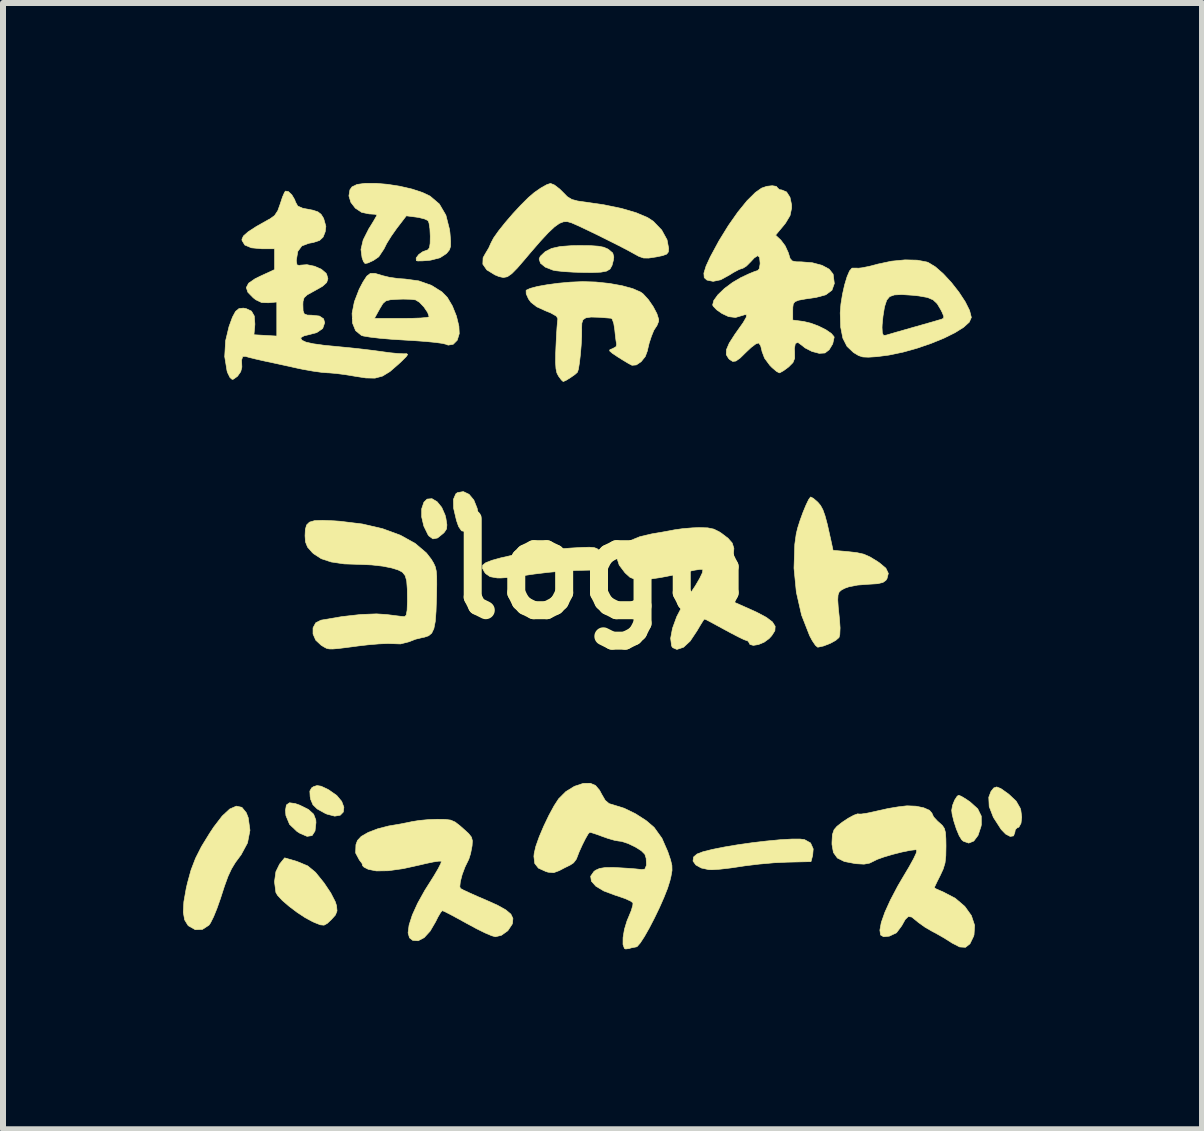
<source format=kicad_pcb>
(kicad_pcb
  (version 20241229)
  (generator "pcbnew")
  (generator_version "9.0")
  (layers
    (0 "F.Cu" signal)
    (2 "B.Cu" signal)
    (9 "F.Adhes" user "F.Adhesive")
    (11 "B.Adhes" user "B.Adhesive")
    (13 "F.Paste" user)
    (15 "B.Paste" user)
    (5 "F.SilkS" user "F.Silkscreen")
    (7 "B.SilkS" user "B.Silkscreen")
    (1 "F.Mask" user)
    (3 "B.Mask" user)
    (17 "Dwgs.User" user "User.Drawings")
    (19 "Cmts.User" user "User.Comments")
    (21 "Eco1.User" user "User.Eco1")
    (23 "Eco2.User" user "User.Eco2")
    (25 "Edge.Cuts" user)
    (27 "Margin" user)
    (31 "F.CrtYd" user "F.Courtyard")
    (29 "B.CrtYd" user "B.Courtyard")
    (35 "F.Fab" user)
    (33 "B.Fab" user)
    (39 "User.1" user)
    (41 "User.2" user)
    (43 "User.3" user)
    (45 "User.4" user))
  (footprint "logo"
    (layer "F.Cu")
    (at 6.933 6.43)
    (property "Reference" "logo" (at 0 0 0) (layer "F.SilkS") (effects (font (size 1.524 1.524) (thickness 0.3))))
    (attr through_hole)
    (fp_poly (pts (xy -5.063 3.912) (xy -4.987 3.939) (xy -4.841 4.012) (xy -4.756 4.09) (xy -4.72 4.184) (xy -4.717 4.23) (xy -4.733 4.37) (xy -4.782 4.446) (xy -4.865 4.459) (xy -4.984 4.408) (xy -5.032 4.378) (xy -5.157 4.259) (xy -5.218 4.112) (xy -5.225 4.025) (xy -5.21 3.936) (xy -5.158 3.899) (xy -5.063 3.912)) (stroke (width 0.01) (type solid)) (fill yes) (layer "F.SilkS"))
    (fp_poly (pts (xy -2.166 -1.242) (xy -2.086 -1.146) (xy -2.031 -1.009) (xy -2.018 -0.943) (xy -2.009 -0.817) (xy -2.03 -0.738) (xy -2.09 -0.681) (xy -2.129 -0.659) (xy -2.225 -0.621) (xy -2.291 -0.633) (xy -2.34 -0.705) (xy -2.375 -0.805) (xy -2.423 -1.01) (xy -2.426 -1.158) (xy -2.386 -1.25) (xy -2.359 -1.27) (xy -2.261 -1.287) (xy -2.166 -1.242)) (stroke (width 0.01) (type solid)) (fill yes) (layer "F.SilkS"))
    (fp_poly (pts (xy -2.698 -1.118) (xy -2.621 -1.023) (xy -2.565 -0.896) (xy -2.552 -0.844) (xy -2.535 -0.733) (xy -2.541 -0.665) (xy -2.577 -0.61) (xy -2.592 -0.594) (xy -2.691 -0.514) (xy -2.768 -0.499) (xy -2.835 -0.548) (xy -2.85 -0.569) (xy -2.92 -0.713) (xy -2.955 -0.863) (xy -2.955 -1.001) (xy -2.918 -1.11) (xy -2.865 -1.162) (xy -2.784 -1.169) (xy -2.698 -1.118)) (stroke (width 0.01) (type solid)) (fill yes) (layer "F.SilkS"))
    (fp_poly (pts (xy -4.631 3.623) (xy -4.53 3.67) (xy -4.501 3.686) (xy -4.37 3.778) (xy -4.288 3.877) (xy -4.252 3.973) (xy -4.261 4.053) (xy -4.312 4.106) (xy -4.404 4.122) (xy -4.535 4.088) (xy -4.572 4.071) (xy -4.696 4.002) (xy -4.767 3.933) (xy -4.805 3.844) (xy -4.814 3.796) (xy -4.819 3.704) (xy -4.789 3.651) (xy -4.757 3.63) (xy -4.699 3.612) (xy -4.631 3.623)) (stroke (width 0.01) (type solid)) (fill yes) (layer "F.SilkS"))
    (fp_poly (pts (xy 6.042 3.793) (xy 6.125 3.844) (xy 6.187 3.887) (xy 6.312 4) (xy 6.371 4.121) (xy 6.372 4.266) (xy 6.366 4.295) (xy 6.317 4.443) (xy 6.246 4.537) (xy 6.162 4.571) (xy 6.073 4.54) (xy 6.045 4.516) (xy 6.003 4.448) (xy 5.956 4.336) (xy 5.914 4.206) (xy 5.885 4.087) (xy 5.878 4.023) (xy 5.893 3.94) (xy 5.928 3.853) (xy 5.97 3.789) (xy 5.996 3.774) (xy 6.042 3.793)) (stroke (width 0.01) (type solid)) (fill yes) (layer "F.SilkS"))
    (fp_poly (pts (xy 6.697 3.662) (xy 6.799 3.734) (xy 6.83 3.757) (xy 6.953 3.873) (xy 7.02 3.99) (xy 7.03 4.022) (xy 7.045 4.139) (xy 7.033 4.241) (xy 6.998 4.305) (xy 6.968 4.318) (xy 6.938 4.348) (xy 6.931 4.391) (xy 6.909 4.451) (xy 6.853 4.46) (xy 6.778 4.421) (xy 6.704 4.345) (xy 6.573 4.142) (xy 6.503 3.961) (xy 6.496 3.807) (xy 6.533 3.71) (xy 6.579 3.652) (xy 6.628 3.635) (xy 6.697 3.662)) (stroke (width 0.01) (type solid)) (fill yes) (layer "F.SilkS"))
    (fp_poly (pts (xy -5.036 4.876) (xy -4.855 4.951) (xy -4.725 5.058) (xy -4.583 5.234) (xy -4.47 5.403) (xy -4.395 5.549) (xy -4.374 5.615) (xy -4.366 5.701) (xy -4.393 5.77) (xy -4.457 5.842) (xy -4.529 5.91) (xy -4.583 5.939) (xy -4.645 5.933) (xy -4.741 5.895) (xy -4.776 5.879) (xy -4.897 5.814) (xy -5.032 5.725) (xy -5.164 5.625) (xy -5.278 5.527) (xy -5.357 5.442) (xy -5.385 5.394) (xy -5.408 5.215) (xy -5.385 5.048) (xy -5.323 4.921) (xy -5.239 4.817) (xy -5.036 4.876)) (stroke (width 0.01) (type solid)) (fill yes) (layer "F.SilkS"))
    (fp_poly (pts (xy -0.14 -5.386) (xy -0.011 -5.377) (xy 0.078 -5.36) (xy 0.143 -5.332) (xy 0.16 -5.322) (xy 0.229 -5.263) (xy 0.247 -5.197) (xy 0.24 -5.144) (xy 0.217 -5.056) (xy 0.184 -4.997) (xy 0.127 -4.962) (xy 0.032 -4.944) (xy -0.114 -4.938) (xy -0.249 -4.939) (xy -0.425 -4.944) (xy -0.588 -4.954) (xy -0.716 -4.968) (xy -0.768 -4.978) (xy -0.895 -5.028) (xy -0.975 -5.093) (xy -0.998 -5.164) (xy -0.978 -5.209) (xy -0.895 -5.287) (xy -0.789 -5.34) (xy -0.646 -5.372) (xy -0.453 -5.386) (xy -0.325 -5.388) (xy -0.14 -5.386)) (stroke (width 0.01) (type solid)) (fill yes) (layer "F.SilkS"))
    (fp_poly (pts (xy 3.355 4.504) (xy 3.425 4.513) (xy 3.526 4.569) (xy 3.57 4.668) (xy 3.561 4.775) (xy 3.533 4.88) (xy 3.136 4.889) (xy 2.917 4.899) (xy 2.671 4.921) (xy 2.439 4.949) (xy 2.359 4.961) (xy 2.183 4.987) (xy 2.019 5.006) (xy 1.888 5.015) (xy 1.832 5.014) (xy 1.704 4.986) (xy 1.613 4.935) (xy 1.567 4.87) (xy 1.576 4.803) (xy 1.634 4.753) (xy 1.734 4.715) (xy 1.891 4.676) (xy 2.091 4.636) (xy 2.318 4.598) (xy 2.558 4.564) (xy 2.796 4.536) (xy 3.018 4.515) (xy 3.21 4.504) (xy 3.355 4.504)) (stroke (width 0.01) (type solid)) (fill yes) (layer "F.SilkS"))
    (fp_poly (pts (xy -0.083 -0.354) (xy -0.035 -0.338) (xy 0.001 -0.309) (xy 0.014 -0.295) (xy 0.06 -0.224) (xy 0.06 -0.143) (xy 0.049 -0.1) (xy 0.015 0.018) (xy -0.382 0.027) (xy -0.602 0.037) (xy -0.848 0.059) (xy -1.079 0.087) (xy -1.161 0.099) (xy -1.338 0.125) (xy -1.505 0.144) (xy -1.64 0.153) (xy -1.697 0.152) (xy -1.815 0.131) (xy -1.889 0.08) (xy -1.911 0.05) (xy -1.944 -0.013) (xy -1.938 -0.062) (xy -1.887 -0.102) (xy -1.78 -0.143) (xy -1.639 -0.182) (xy -1.366 -0.244) (xy -1.064 -0.292) (xy -0.716 -0.328) (xy -0.454 -0.347) (xy -0.278 -0.357) (xy -0.159 -0.36) (xy -0.083 -0.354)) (stroke (width 0.01) (type solid)) (fill yes) (layer "F.SilkS"))
    (fp_poly (pts (xy -5.952 3.975) (xy -5.879 4.064) (xy -5.846 4.148) (xy -5.817 4.358) (xy -5.858 4.568) (xy -5.965 4.766) (xy -5.983 4.79) (xy -6.061 4.895) (xy -6.125 5.001) (xy -6.183 5.126) (xy -6.242 5.288) (xy -6.309 5.495) (xy -6.365 5.655) (xy -6.423 5.798) (xy -6.475 5.902) (xy -6.501 5.939) (xy -6.61 6.01) (xy -6.729 6.014) (xy -6.84 5.951) (xy -6.852 5.939) (xy -6.906 5.85) (xy -6.928 5.723) (xy -6.919 5.55) (xy -6.879 5.324) (xy -6.858 5.234) (xy -6.799 5.019) (xy -6.724 4.824) (xy -6.625 4.628) (xy -6.491 4.41) (xy -6.421 4.304) (xy -6.28 4.12) (xy -6.154 4.003) (xy -6.044 3.955) (xy -5.952 3.975)) (stroke (width 0.01) (type solid)) (fill yes) (layer "F.SilkS"))
    (fp_poly (pts (xy 3.573 -1.174) (xy 3.639 -1.117) (xy 3.646 -1.111) (xy 3.692 -1.056) (xy 3.731 -0.985) (xy 3.767 -0.884) (xy 3.806 -0.739) (xy 3.851 -0.537) (xy 3.854 -0.526) (xy 3.901 -0.308) (xy 4.137 -0.288) (xy 4.296 -0.27) (xy 4.413 -0.244) (xy 4.517 -0.198) (xy 4.638 -0.124) (xy 4.672 -0.101) (xy 4.781 -0.01) (xy 4.822 0.076) (xy 4.8 0.163) (xy 4.781 0.192) (xy 4.732 0.227) (xy 4.643 0.248) (xy 4.498 0.257) (xy 4.479 0.258) (xy 4.31 0.271) (xy 4.164 0.3) (xy 4.098 0.323) (xy 4.041 0.353) (xy 4.003 0.386) (xy 3.984 0.436) (xy 3.979 0.516) (xy 3.987 0.64) (xy 4.006 0.821) (xy 4.008 0.841) (xy 4.018 0.985) (xy 4.013 1.096) (xy 4 1.145) (xy 3.946 1.192) (xy 3.851 1.244) (xy 3.742 1.286) (xy 3.65 1.306) (xy 3.644 1.306) (xy 3.608 1.276) (xy 3.555 1.198) (xy 3.511 1.116) (xy 3.376 0.771) (xy 3.289 0.389) (xy 3.25 -0.011) (xy 3.263 -0.408) (xy 3.287 -0.581) (xy 3.311 -0.681) (xy 3.351 -0.807) (xy 3.399 -0.939) (xy 3.449 -1.06) (xy 3.493 -1.152) (xy 3.525 -1.196) (xy 3.529 -1.197) (xy 3.573 -1.174)) (stroke (width 0.01) (type solid)) (fill yes) (layer "F.SilkS"))
    (fp_poly (pts (xy -3.615 -4.889) (xy -3.606 -4.886) (xy -3.491 -4.858) (xy -3.342 -4.837) (xy -3.234 -4.83) (xy -3.004 -4.799) (xy -2.792 -4.724) (xy -2.617 -4.614) (xy -2.528 -4.523) (xy -2.444 -4.381) (xy -2.376 -4.212) (xy -2.335 -4.044) (xy -2.329 -3.919) (xy -2.363 -3.809) (xy -2.43 -3.742) (xy -2.514 -3.728) (xy -2.552 -3.743) (xy -2.609 -3.757) (xy -2.726 -3.773) (xy -2.887 -3.789) (xy -3.081 -3.803) (xy -3.237 -3.812) (xy -3.46 -3.826) (xy -3.658 -3.843) (xy -3.819 -3.862) (xy -3.927 -3.88) (xy -3.961 -3.891) (xy -4.057 -3.97) (xy -4.108 -4.096) (xy -4.111 -4.173) (xy -3.743 -4.173) (xy -3.287 -4.173) (xy -3.114 -4.175) (xy -2.972 -4.18) (xy -2.873 -4.189) (xy -2.831 -4.199) (xy -2.83 -4.2) (xy -2.856 -4.273) (xy -2.917 -4.363) (xy -2.992 -4.442) (xy -3.057 -4.482) (xy -3.14 -4.492) (xy -3.263 -4.495) (xy -3.357 -4.492) (xy -3.479 -4.484) (xy -3.552 -4.465) (xy -3.601 -4.422) (xy -3.649 -4.343) (xy -3.658 -4.327) (xy -3.743 -4.173) (xy -4.111 -4.173) (xy -4.115 -4.259) (xy -4.077 -4.451) (xy -3.996 -4.661) (xy -3.933 -4.781) (xy -3.87 -4.878) (xy -3.811 -4.923) (xy -3.734 -4.924) (xy -3.615 -4.889)) (stroke (width 0.01) (type solid)) (fill yes) (layer "F.SilkS"))
    (fp_poly (pts (xy -0.743 -6.397) (xy -0.657 -6.331) (xy -0.607 -6.282) (xy -0.528 -6.202) (xy -0.453 -6.156) (xy -0.355 -6.13) (xy -0.249 -6.115) (xy 0.082 -6.067) (xy 0.376 -6.006) (xy 0.621 -5.934) (xy 0.81 -5.854) (xy 0.905 -5.792) (xy 1.045 -5.646) (xy 1.134 -5.484) (xy 1.161 -5.339) (xy 1.156 -5.281) (xy 1.128 -5.245) (xy 1.06 -5.22) (xy 0.953 -5.198) (xy 0.828 -5.179) (xy 0.743 -5.18) (xy 0.665 -5.207) (xy 0.59 -5.248) (xy 0.483 -5.307) (xy 0.333 -5.385) (xy 0.158 -5.473) (xy -0.025 -5.564) (xy -0.199 -5.648) (xy -0.345 -5.717) (xy -0.448 -5.762) (xy -0.459 -5.767) (xy -0.526 -5.786) (xy -0.591 -5.784) (xy -0.661 -5.757) (xy -0.744 -5.697) (xy -0.846 -5.601) (xy -0.976 -5.461) (xy -1.139 -5.273) (xy -1.238 -5.156) (xy -1.362 -5.012) (xy -1.454 -4.919) (xy -1.527 -4.868) (xy -1.594 -4.855) (xy -1.667 -4.871) (xy -1.733 -4.898) (xy -1.87 -4.982) (xy -1.936 -5.077) (xy -1.932 -5.184) (xy -1.896 -5.249) (xy -1.838 -5.346) (xy -1.798 -5.435) (xy -1.756 -5.515) (xy -1.674 -5.631) (xy -1.563 -5.77) (xy -1.436 -5.918) (xy -1.304 -6.06) (xy -1.18 -6.184) (xy -1.08 -6.27) (xy -0.969 -6.347) (xy -0.871 -6.402) (xy -0.808 -6.423) (xy -0.743 -6.397)) (stroke (width 0.01) (type solid)) (fill yes) (layer "F.SilkS"))
    (fp_poly (pts (xy -3.522 -6.408) (xy -3.315 -6.375) (xy -3.115 -6.329) (xy -2.938 -6.27) (xy -2.816 -6.212) (xy -2.661 -6.08) (xy -2.552 -5.894) (xy -2.491 -5.655) (xy -2.484 -5.599) (xy -2.473 -5.461) (xy -2.474 -5.375) (xy -2.492 -5.317) (xy -2.531 -5.268) (xy -2.546 -5.252) (xy -2.65 -5.184) (xy -2.802 -5.145) (xy -2.83 -5.141) (xy -2.942 -5.132) (xy -3.021 -5.131) (xy -3.045 -5.137) (xy -3.047 -5.181) (xy -3.004 -5.238) (xy -2.936 -5.286) (xy -2.899 -5.299) (xy -2.851 -5.317) (xy -2.825 -5.353) (xy -2.814 -5.426) (xy -2.812 -5.543) (xy -2.818 -5.667) (xy -2.833 -5.763) (xy -2.85 -5.804) (xy -2.907 -5.831) (xy -3.006 -5.856) (xy -3.049 -5.862) (xy -3.211 -5.883) (xy -3.372 -5.673) (xy -3.461 -5.547) (xy -3.538 -5.423) (xy -3.584 -5.331) (xy -3.671 -5.2) (xy -3.76 -5.139) (xy -3.852 -5.097) (xy -3.899 -5.088) (xy -3.925 -5.12) (xy -3.949 -5.187) (xy -3.967 -5.323) (xy -3.93 -5.481) (xy -3.835 -5.669) (xy -3.81 -5.708) (xy -3.751 -5.805) (xy -3.711 -5.875) (xy -3.701 -5.898) (xy -3.733 -5.909) (xy -3.812 -5.914) (xy -3.831 -5.915) (xy -3.956 -5.941) (xy -4.061 -6.011) (xy -4.135 -6.107) (xy -4.168 -6.215) (xy -4.151 -6.317) (xy -4.116 -6.366) (xy -4.033 -6.406) (xy -3.896 -6.425) (xy -3.72 -6.425) (xy -3.522 -6.408)) (stroke (width 0.01) (type solid)) (fill yes) (layer "F.SilkS"))
    (fp_poly (pts (xy -4.418 -0.8) (xy -4.318 -0.793) (xy -3.943 -0.747) (xy -3.604 -0.668) (xy -3.308 -0.559) (xy -3.063 -0.423) (xy -2.876 -0.264) (xy -2.795 -0.159) (xy -2.756 -0.094) (xy -2.729 -0.035) (xy -2.713 0.034) (xy -2.705 0.127) (xy -2.704 0.26) (xy -2.707 0.449) (xy -2.708 0.478) (xy -2.716 0.709) (xy -2.729 0.879) (xy -2.752 0.996) (xy -2.788 1.072) (xy -2.84 1.116) (xy -2.912 1.14) (xy -2.936 1.144) (xy -3.057 1.173) (xy -3.167 1.216) (xy -3.167 1.216) (xy -3.308 1.252) (xy -3.421 1.248) (xy -3.519 1.245) (xy -3.667 1.251) (xy -3.844 1.266) (xy -4.008 1.285) (xy -4.204 1.311) (xy -4.342 1.328) (xy -4.436 1.336) (xy -4.498 1.335) (xy -4.543 1.324) (xy -4.584 1.302) (xy -4.631 1.273) (xy -4.721 1.189) (xy -4.766 1.086) (xy -4.766 0.984) (xy -4.721 0.9) (xy -4.634 0.856) (xy -4.282 0.796) (xy -3.97 0.761) (xy -3.708 0.751) (xy -3.538 0.762) (xy -3.405 0.779) (xy -3.298 0.792) (xy -3.239 0.797) (xy -3.239 0.797) (xy -3.213 0.772) (xy -3.198 0.69) (xy -3.193 0.545) (xy -3.193 0.531) (xy -3.195 0.337) (xy -3.205 0.202) (xy -3.23 0.114) (xy -3.275 0.057) (xy -3.347 0.019) (xy -3.45 -0.013) (xy -3.602 -0.044) (xy -3.789 -0.065) (xy -3.971 -0.073) (xy -4.247 -0.082) (xy -4.463 -0.114) (xy -4.629 -0.169) (xy -4.756 -0.251) (xy -4.778 -0.271) (xy -4.857 -0.361) (xy -4.892 -0.449) (xy -4.899 -0.551) (xy -4.894 -0.657) (xy -4.873 -0.731) (xy -4.825 -0.778) (xy -4.74 -0.803) (xy -4.607 -0.808) (xy -4.418 -0.8)) (stroke (width 0.01) (type solid)) (fill yes) (layer "F.SilkS"))
    (fp_poly (pts (xy 5.304 -5.144) (xy 5.466 -5.113) (xy 5.489 -5.104) (xy 5.607 -5.032) (xy 5.739 -4.916) (xy 5.874 -4.77) (xy 5.999 -4.61) (xy 6.104 -4.45) (xy 6.176 -4.306) (xy 6.205 -4.192) (xy 6.205 -4.188) (xy 6.171 -4.111) (xy 6.076 -4.025) (xy 5.932 -3.935) (xy 5.748 -3.844) (xy 5.535 -3.757) (xy 5.305 -3.678) (xy 5.066 -3.611) (xy 4.831 -3.562) (xy 4.631 -3.536) (xy 4.491 -3.527) (xy 4.397 -3.531) (xy 4.326 -3.554) (xy 4.251 -3.599) (xy 4.238 -3.608) (xy 4.133 -3.708) (xy 4.064 -3.844) (xy 4.029 -4.022) (xy 4.717 -4.022) (xy 4.722 -3.928) (xy 4.742 -3.891) (xy 4.781 -3.893) (xy 4.84 -3.91) (xy 4.952 -3.943) (xy 5.1 -3.985) (xy 5.243 -4.026) (xy 5.409 -4.073) (xy 5.553 -4.114) (xy 5.658 -4.145) (xy 5.705 -4.158) (xy 5.742 -4.176) (xy 5.746 -4.209) (xy 5.717 -4.278) (xy 5.696 -4.319) (xy 5.637 -4.418) (xy 5.568 -4.483) (xy 5.472 -4.523) (xy 5.331 -4.548) (xy 5.229 -4.559) (xy 5.047 -4.571) (xy 4.923 -4.565) (xy 4.844 -4.537) (xy 4.795 -4.478) (xy 4.764 -4.384) (xy 4.756 -4.353) (xy 4.733 -4.21) (xy 4.719 -4.068) (xy 4.717 -4.022) (xy 4.029 -4.022) (xy 4.028 -4.025) (xy 4.02 -4.264) (xy 4.02 -4.266) (xy 4.032 -4.414) (xy 4.058 -4.575) (xy 4.093 -4.731) (xy 4.134 -4.867) (xy 4.176 -4.965) (xy 4.215 -5.01) (xy 4.22 -5.012) (xy 4.295 -5.012) (xy 4.322 -5.01) (xy 4.384 -5.017) (xy 4.494 -5.039) (xy 4.628 -5.073) (xy 4.648 -5.079) (xy 4.875 -5.127) (xy 5.1 -5.149) (xy 5.304 -5.144)) (stroke (width 0.01) (type solid)) (fill yes) (layer "F.SilkS"))
    (fp_poly (pts (xy -0.052 -4.78) (xy 0.175 -4.756) (xy 0.386 -4.718) (xy 0.564 -4.669) (xy 0.694 -4.612) (xy 0.733 -4.584) (xy 0.823 -4.486) (xy 0.904 -4.368) (xy 0.965 -4.252) (xy 0.995 -4.157) (xy 0.993 -4.121) (xy 0.965 -4.052) (xy 0.948 -4.028) (xy 0.914 -3.975) (xy 0.874 -3.877) (xy 0.836 -3.761) (xy 0.81 -3.652) (xy 0.808 -3.637) (xy 0.771 -3.538) (xy 0.702 -3.452) (xy 0.622 -3.398) (xy 0.55 -3.392) (xy 0.492 -3.422) (xy 0.397 -3.479) (xy 0.317 -3.529) (xy 0.22 -3.594) (xy 0.177 -3.632) (xy 0.182 -3.653) (xy 0.223 -3.668) (xy 0.285 -3.703) (xy 0.294 -3.741) (xy 0.283 -3.805) (xy 0.27 -3.912) (xy 0.263 -3.982) (xy 0.246 -4.09) (xy 0.221 -4.16) (xy 0.204 -4.176) (xy 0.006 -4.192) (xy -0.132 -4.196) (xy -0.219 -4.183) (xy -0.267 -4.151) (xy -0.286 -4.094) (xy -0.289 -4.01) (xy -0.288 -3.998) (xy -0.289 -3.874) (xy -0.297 -3.726) (xy -0.31 -3.572) (xy -0.326 -3.433) (xy -0.343 -3.328) (xy -0.359 -3.277) (xy -0.402 -3.238) (xy -0.475 -3.187) (xy -0.549 -3.141) (xy -0.596 -3.121) (xy -0.597 -3.121) (xy -0.627 -3.148) (xy -0.675 -3.212) (xy -0.702 -3.265) (xy -0.717 -3.337) (xy -0.724 -3.441) (xy -0.722 -3.594) (xy -0.717 -3.711) (xy -0.709 -3.879) (xy -0.7 -4.023) (xy -0.691 -4.126) (xy -0.686 -4.168) (xy -0.71 -4.211) (xy -0.803 -4.264) (xy -0.889 -4.299) (xy -1.038 -4.367) (xy -1.133 -4.441) (xy -1.175 -4.498) (xy -1.213 -4.583) (xy -1.215 -4.639) (xy -1.211 -4.644) (xy -1.146 -4.674) (xy -1.025 -4.706) (xy -0.862 -4.735) (xy -0.675 -4.76) (xy -0.478 -4.778) (xy -0.289 -4.786) (xy -0.279 -4.787) (xy -0.052 -4.78)) (stroke (width 0.01) (type solid)) (fill yes) (layer "F.SilkS"))
    (fp_poly (pts (xy 1.811 -0.683) (xy 1.913 -0.662) (xy 2.004 -0.617) (xy 2.042 -0.592) (xy 2.152 -0.508) (xy 2.22 -0.43) (xy 2.248 -0.342) (xy 2.24 -0.227) (xy 2.199 -0.072) (xy 2.156 0.054) (xy 2.105 0.204) (xy 2.064 0.329) (xy 2.038 0.412) (xy 2.032 0.437) (xy 2.063 0.461) (xy 2.148 0.506) (xy 2.273 0.565) (xy 2.4 0.621) (xy 2.627 0.723) (xy 2.789 0.809) (xy 2.89 0.885) (xy 2.936 0.958) (xy 2.931 1.032) (xy 2.879 1.114) (xy 2.833 1.164) (xy 2.752 1.223) (xy 2.658 1.262) (xy 2.572 1.276) (xy 2.515 1.26) (xy 2.504 1.234) (xy 2.476 1.199) (xy 2.465 1.197) (xy 2.419 1.181) (xy 2.325 1.136) (xy 2.198 1.07) (xy 2.098 1.016) (xy 1.96 0.941) (xy 1.849 0.881) (xy 1.777 0.843) (xy 1.758 0.835) (xy 1.736 0.863) (xy 1.689 0.939) (xy 1.633 1.034) (xy 1.519 1.205) (xy 1.409 1.307) (xy 1.303 1.342) (xy 1.297 1.343) (xy 1.23 1.315) (xy 1.21 1.286) (xy 1.194 1.158) (xy 1.225 0.991) (xy 1.296 0.797) (xy 1.404 0.589) (xy 1.507 0.431) (xy 1.604 0.286) (xy 1.678 0.16) (xy 1.723 0.066) (xy 1.731 0.014) (xy 1.729 0.011) (xy 1.686 0.009) (xy 1.597 0.022) (xy 1.536 0.035) (xy 1.252 0.101) (xy 1.028 0.145) (xy 0.852 0.171) (xy 0.715 0.18) (xy 0.597 0.174) (xy 0.517 0.142) (xy 0.439 0.071) (xy 0.432 0.064) (xy 0.337 -0.062) (xy 0.301 -0.173) (xy 0.32 -0.289) (xy 0.324 -0.302) (xy 0.391 -0.388) (xy 0.515 -0.468) (xy 0.682 -0.536) (xy 0.878 -0.582) (xy 0.889 -0.584) (xy 1.044 -0.61) (xy 1.208 -0.64) (xy 1.252 -0.649) (xy 1.392 -0.669) (xy 1.56 -0.683) (xy 1.667 -0.687) (xy 1.811 -0.683)) (stroke (width 0.01) (type solid)) (fill yes) (layer "F.SilkS"))
    (fp_poly (pts (xy -2.562 4.176) (xy -2.471 4.188) (xy -2.398 4.22) (xy -2.318 4.282) (xy -2.269 4.325) (xy -2.175 4.41) (xy -2.126 4.472) (xy -2.11 4.532) (xy -2.115 4.614) (xy -2.118 4.632) (xy -2.14 4.745) (xy -2.168 4.835) (xy -2.176 4.852) (xy -2.234 4.971) (xy -2.281 5.097) (xy -2.311 5.213) (xy -2.32 5.297) (xy -2.309 5.327) (xy -2.261 5.353) (xy -2.16 5.4) (xy -2.024 5.461) (xy -1.892 5.517) (xy -1.691 5.607) (xy -1.552 5.685) (xy -1.469 5.755) (xy -1.435 5.826) (xy -1.441 5.903) (xy -1.448 5.924) (xy -1.52 6.032) (xy -1.627 6.108) (xy -1.727 6.132) (xy -1.788 6.115) (xy -1.897 6.069) (xy -2.037 6) (xy -2.194 5.915) (xy -2.195 5.915) (xy -2.347 5.831) (xy -2.475 5.762) (xy -2.567 5.715) (xy -2.61 5.697) (xy -2.611 5.697) (xy -2.639 5.727) (xy -2.685 5.805) (xy -2.723 5.882) (xy -2.815 6.039) (xy -2.914 6.147) (xy -3.014 6.199) (xy -3.105 6.192) (xy -3.158 6.15) (xy -3.182 6.067) (xy -3.165 5.937) (xy -3.111 5.769) (xy -3.022 5.573) (xy -2.903 5.359) (xy -2.839 5.258) (xy -2.749 5.115) (xy -2.679 4.996) (xy -2.636 4.911) (xy -2.626 4.873) (xy -2.626 4.873) (xy -2.669 4.872) (xy -2.765 4.886) (xy -2.896 4.914) (xy -2.966 4.931) (xy -3.264 4.997) (xy -3.514 5.032) (xy -3.711 5.035) (xy -3.846 5.008) (xy -3.916 4.972) (xy -3.942 4.946) (xy -3.94 4.944) (xy -3.95 4.909) (xy -3.994 4.852) (xy -4.056 4.736) (xy -4.051 4.597) (xy -4.025 4.527) (xy -3.962 4.459) (xy -3.844 4.392) (xy -3.686 4.332) (xy -3.507 4.286) (xy -3.447 4.276) (xy -3.301 4.251) (xy -3.147 4.22) (xy -3.121 4.214) (xy -2.997 4.194) (xy -2.838 4.179) (xy -2.699 4.174) (xy -2.562 4.176)) (stroke (width 0.01) (type solid)) (fill yes) (layer "F.SilkS"))
    (fp_poly (pts (xy 5.284 3.956) (xy 5.413 3.983) (xy 5.508 4.025) (xy 5.551 4.075) (xy 5.552 4.083) (xy 5.577 4.135) (xy 5.642 4.205) (xy 5.666 4.226) (xy 5.722 4.277) (xy 5.756 4.327) (xy 5.774 4.395) (xy 5.781 4.501) (xy 5.783 4.619) (xy 5.78 4.783) (xy 5.767 4.902) (xy 5.736 5.004) (xy 5.687 5.11) (xy 5.634 5.215) (xy 5.599 5.289) (xy 5.588 5.315) (xy 5.618 5.334) (xy 5.695 5.368) (xy 5.737 5.386) (xy 5.938 5.491) (xy 6.096 5.626) (xy 6.206 5.779) (xy 6.26 5.941) (xy 6.25 6.101) (xy 6.242 6.126) (xy 6.182 6.25) (xy 6.108 6.308) (xy 6.011 6.302) (xy 5.881 6.235) (xy 5.862 6.222) (xy 5.744 6.148) (xy 5.607 6.07) (xy 5.558 6.045) (xy 5.435 5.974) (xy 5.323 5.894) (xy 5.286 5.863) (xy 5.211 5.803) (xy 5.155 5.795) (xy 5.104 5.844) (xy 5.045 5.949) (xy 4.958 6.066) (xy 4.839 6.122) (xy 4.744 6.132) (xy 4.693 6.103) (xy 4.681 6.022) (xy 4.705 5.893) (xy 4.765 5.723) (xy 4.857 5.52) (xy 4.979 5.288) (xy 5.055 5.158) (xy 5.168 4.968) (xy 5.243 4.832) (xy 5.285 4.743) (xy 5.297 4.695) (xy 5.283 4.681) (xy 5.187 4.692) (xy 5.05 4.72) (xy 4.896 4.759) (xy 4.75 4.802) (xy 4.638 4.842) (xy 4.602 4.86) (xy 4.51 4.905) (xy 4.417 4.922) (xy 4.292 4.915) (xy 4.266 4.912) (xy 4.089 4.878) (xy 3.973 4.82) (xy 3.907 4.728) (xy 3.883 4.593) (xy 3.883 4.558) (xy 3.89 4.43) (xy 3.918 4.348) (xy 3.964 4.294) (xy 4.054 4.223) (xy 4.155 4.156) (xy 4.248 4.106) (xy 4.312 4.083) (xy 4.328 4.086) (xy 4.37 4.087) (xy 4.465 4.073) (xy 4.595 4.045) (xy 4.651 4.032) (xy 4.818 3.995) (xy 4.986 3.967) (xy 5.121 3.951) (xy 5.139 3.95) (xy 5.284 3.956)) (stroke (width 0.01) (type solid)) (fill yes) (layer "F.SilkS"))
    (fp_poly (pts (xy -0.058 3.611) (xy 0.009 3.69) (xy 0.044 3.756) (xy 0.104 3.859) (xy 0.168 3.913) (xy 0.248 3.937) (xy 0.419 3.99) (xy 0.608 4.082) (xy 0.787 4.197) (xy 0.918 4.309) (xy 1.049 4.491) (xy 1.146 4.713) (xy 1.192 4.849) (xy 1.215 4.944) (xy 1.217 5.027) (xy 1.2 5.123) (xy 1.182 5.199) (xy 1.143 5.324) (xy 1.082 5.478) (xy 1.007 5.648) (xy 0.923 5.822) (xy 0.838 5.986) (xy 0.757 6.129) (xy 0.688 6.235) (xy 0.637 6.294) (xy 0.622 6.301) (xy 0.534 6.318) (xy 0.506 6.328) (xy 0.444 6.336) (xy 0.424 6.327) (xy 0.4 6.26) (xy 0.401 6.146) (xy 0.424 6.008) (xy 0.467 5.867) (xy 0.492 5.808) (xy 0.538 5.696) (xy 0.564 5.606) (xy 0.566 5.567) (xy 0.526 5.537) (xy 0.433 5.495) (xy 0.306 5.451) (xy 0.273 5.441) (xy 0.082 5.37) (xy -0.052 5.29) (xy -0.127 5.206) (xy -0.139 5.123) (xy -0.084 5.044) (xy -0.057 5.024) (xy 0.009 4.994) (xy 0.101 4.979) (xy 0.237 4.977) (xy 0.333 4.982) (xy 0.483 4.991) (xy 0.611 5.001) (xy 0.696 5.01) (xy 0.708 5.012) (xy 0.764 5.005) (xy 0.789 4.946) (xy 0.791 4.928) (xy 0.786 4.825) (xy 0.764 4.757) (xy 0.706 4.699) (xy 0.604 4.635) (xy 0.485 4.578) (xy 0.373 4.542) (xy 0.322 4.536) (xy 0.252 4.523) (xy 0.143 4.491) (xy 0.064 4.463) (xy -0.046 4.423) (xy -0.127 4.397) (xy -0.155 4.391) (xy -0.182 4.421) (xy -0.227 4.499) (xy -0.28 4.605) (xy -0.332 4.72) (xy -0.372 4.824) (xy -0.376 4.836) (xy -0.424 4.9) (xy -0.48 4.937) (xy -0.574 4.983) (xy -0.663 5.03) (xy -0.755 5.064) (xy -0.849 5.056) (xy -0.887 5.044) (xy -1.01 4.988) (xy -1.071 4.91) (xy -1.085 4.792) (xy -1.08 4.743) (xy -1.053 4.626) (xy -0.997 4.468) (xy -0.921 4.289) (xy -0.835 4.109) (xy -0.748 3.949) (xy -0.672 3.832) (xy -0.554 3.714) (xy -0.41 3.625) (xy -0.263 3.576) (xy -0.144 3.574) (xy -0.058 3.611)) (stroke (width 0.01) (type solid)) (fill yes) (layer "F.SilkS"))
    (fp_poly (pts (xy 2.955 -6.374) (xy 2.975 -6.35) (xy 3.006 -6.32) (xy 3.047 -6.314) (xy 3.126 -6.281) (xy 3.183 -6.192) (xy 3.21 -6.065) (xy 3.21 -6.012) (xy 3.184 -5.888) (xy 3.109 -5.762) (xy 3.073 -5.717) (xy 2.943 -5.561) (xy 3.032 -5.477) (xy 3.102 -5.384) (xy 3.155 -5.268) (xy 3.159 -5.255) (xy 3.185 -5.171) (xy 3.221 -5.131) (xy 3.289 -5.117) (xy 3.37 -5.116) (xy 3.556 -5.101) (xy 3.717 -5.058) (xy 3.836 -4.994) (xy 3.9 -4.914) (xy 3.903 -4.905) (xy 3.922 -4.755) (xy 3.882 -4.643) (xy 3.78 -4.567) (xy 3.614 -4.522) (xy 3.603 -4.521) (xy 3.436 -4.497) (xy 3.328 -4.477) (xy 3.266 -4.452) (xy 3.238 -4.415) (xy 3.23 -4.359) (xy 3.229 -4.302) (xy 3.229 -4.146) (xy 3.412 -4.122) (xy 3.532 -4.093) (xy 3.662 -4.044) (xy 3.782 -3.984) (xy 3.873 -3.921) (xy 3.917 -3.868) (xy 3.919 -3.858) (xy 3.895 -3.749) (xy 3.836 -3.651) (xy 3.766 -3.597) (xy 3.67 -3.591) (xy 3.549 -3.623) (xy 3.434 -3.682) (xy 3.385 -3.722) (xy 3.315 -3.773) (xy 3.272 -3.756) (xy 3.257 -3.673) (xy 3.26 -3.616) (xy 3.261 -3.509) (xy 3.233 -3.438) (xy 3.163 -3.367) (xy 3.157 -3.362) (xy 3.076 -3.302) (xy 3.015 -3.268) (xy 3.004 -3.266) (xy 2.959 -3.29) (xy 2.886 -3.352) (xy 2.846 -3.393) (xy 2.759 -3.511) (xy 2.716 -3.626) (xy 2.715 -3.635) (xy 2.694 -3.719) (xy 2.661 -3.764) (xy 2.659 -3.764) (xy 2.613 -3.748) (xy 2.536 -3.69) (xy 2.454 -3.613) (xy 2.352 -3.513) (xy 2.282 -3.463) (xy 2.229 -3.456) (xy 2.178 -3.488) (xy 2.159 -3.507) (xy 2.121 -3.57) (xy 2.124 -3.652) (xy 2.171 -3.762) (xy 2.266 -3.91) (xy 2.305 -3.965) (xy 2.402 -4.102) (xy 2.453 -4.19) (xy 2.461 -4.233) (xy 2.427 -4.235) (xy 2.404 -4.227) (xy 2.275 -4.189) (xy 2.16 -4.203) (xy 2.05 -4.255) (xy 1.961 -4.317) (xy 1.903 -4.378) (xy 1.894 -4.398) (xy 1.913 -4.472) (xy 1.982 -4.567) (xy 2.09 -4.671) (xy 2.224 -4.771) (xy 2.369 -4.856) (xy 2.376 -4.859) (xy 2.496 -4.915) (xy 2.593 -4.955) (xy 2.645 -4.971) (xy 2.647 -4.971) (xy 2.672 -5.003) (xy 2.685 -5.081) (xy 2.685 -5.098) (xy 2.676 -5.191) (xy 2.645 -5.219) (xy 2.588 -5.182) (xy 2.527 -5.116) (xy 2.457 -5.046) (xy 2.398 -5.009) (xy 2.388 -5.007) (xy 2.333 -4.988) (xy 2.242 -4.94) (xy 2.177 -4.899) (xy 2.028 -4.817) (xy 1.902 -4.791) (xy 1.799 -4.812) (xy 1.754 -4.852) (xy 1.748 -4.927) (xy 1.784 -5.045) (xy 1.855 -5.199) (xy 2.001 -5.469) (xy 2.157 -5.722) (xy 2.315 -5.947) (xy 2.467 -6.134) (xy 2.606 -6.272) (xy 2.71 -6.345) (xy 2.797 -6.375) (xy 2.887 -6.385) (xy 2.955 -6.374)) (stroke (width 0.01) (type solid)) (fill yes) (layer "F.SilkS"))
    (fp_poly (pts (xy -5.177 -6.288) (xy -5.12 -6.234) (xy -5.072 -6.153) (xy -5.058 -6.113) (xy -5.021 -6.046) (xy -4.939 -6.01) (xy -4.904 -6.003) (xy -4.768 -5.977) (xy -4.684 -5.949) (xy -4.631 -5.907) (xy -4.591 -5.843) (xy -4.589 -5.839) (xy -4.552 -5.708) (xy -4.563 -5.618) (xy -4.598 -5.529) (xy -4.657 -5.473) (xy -4.76 -5.439) (xy -4.837 -5.425) (xy -4.953 -5.381) (xy -5.02 -5.29) (xy -5.044 -5.145) (xy -5.044 -5.13) (xy -5.033 -5.065) (xy -4.991 -5.056) (xy -4.975 -5.061) (xy -4.867 -5.069) (xy -4.741 -5.043) (xy -4.626 -4.992) (xy -4.549 -4.926) (xy -4.539 -4.909) (xy -4.518 -4.835) (xy -4.539 -4.771) (xy -4.609 -4.708) (xy -4.738 -4.635) (xy -4.76 -4.623) (xy -4.863 -4.566) (xy -4.915 -4.518) (xy -4.933 -4.456) (xy -4.935 -4.408) (xy -4.932 -4.301) (xy -4.912 -4.248) (xy -4.861 -4.229) (xy -4.79 -4.227) (xy -4.66 -4.213) (xy -4.59 -4.167) (xy -4.572 -4.101) (xy -4.605 -4.005) (xy -4.704 -3.937) (xy -4.824 -3.905) (xy -4.915 -3.883) (xy -4.967 -3.854) (xy -4.971 -3.845) (xy -4.95 -3.809) (xy -4.884 -3.778) (xy -4.764 -3.751) (xy -4.586 -3.726) (xy -4.349 -3.703) (xy -4.143 -3.683) (xy -3.933 -3.66) (xy -3.745 -3.637) (xy -3.629 -3.621) (xy -3.481 -3.601) (xy -3.348 -3.588) (xy -3.258 -3.584) (xy -3.254 -3.584) (xy -3.204 -3.585) (xy -3.189 -3.571) (xy -3.214 -3.535) (xy -3.285 -3.464) (xy -3.343 -3.41) (xy -3.485 -3.287) (xy -3.608 -3.212) (xy -3.734 -3.178) (xy -3.885 -3.181) (xy -4.065 -3.209) (xy -4.227 -3.236) (xy -4.382 -3.256) (xy -4.501 -3.266) (xy -4.515 -3.266) (xy -4.619 -3.274) (xy -4.769 -3.295) (xy -4.937 -3.325) (xy -5.01 -3.34) (xy -5.195 -3.381) (xy -5.387 -3.423) (xy -5.552 -3.458) (xy -5.593 -3.467) (xy -5.725 -3.497) (xy -5.834 -3.524) (xy -5.893 -3.541) (xy -5.938 -3.538) (xy -5.957 -3.478) (xy -5.952 -3.362) (xy -5.971 -3.286) (xy -6.025 -3.209) (xy -6.092 -3.161) (xy -6.114 -3.157) (xy -6.15 -3.188) (xy -6.189 -3.267) (xy -6.199 -3.297) (xy -6.238 -3.537) (xy -6.223 -3.801) (xy -6.166 -4.038) (xy -6.109 -4.194) (xy -6.057 -4.29) (xy -6 -4.337) (xy -5.928 -4.345) (xy -5.882 -4.337) (xy -5.792 -4.295) (xy -5.745 -4.213) (xy -5.735 -4.078) (xy -5.739 -4.023) (xy -5.751 -3.901) (xy -5.561 -3.89) (xy -5.37 -3.879) (xy -5.37 -4.447) (xy -5.509 -4.434) (xy -5.623 -4.438) (xy -5.72 -4.484) (xy -5.763 -4.518) (xy -5.852 -4.609) (xy -5.878 -4.687) (xy -5.84 -4.76) (xy -5.733 -4.834) (xy -5.641 -4.879) (xy -5.407 -4.987) (xy -5.407 -5.334) (xy -5.622 -5.334) (xy -5.793 -5.35) (xy -5.903 -5.396) (xy -5.949 -5.472) (xy -5.951 -5.492) (xy -5.926 -5.547) (xy -5.847 -5.617) (xy -5.71 -5.706) (xy -5.511 -5.818) (xy -5.487 -5.83) (xy -5.407 -5.887) (xy -5.353 -5.969) (xy -5.312 -6.084) (xy -5.276 -6.194) (xy -5.242 -6.272) (xy -5.226 -6.295) (xy -5.177 -6.288)) (stroke (width 0.01) (type solid)) (fill yes) (layer "F.SilkS")))
  (gr_rect
    (start -3 -3)
    (end 16.983 15.771)
    (stroke (width 0.1) (type default))
    (fill no)
    (layer "Edge.Cuts")))
</source>
